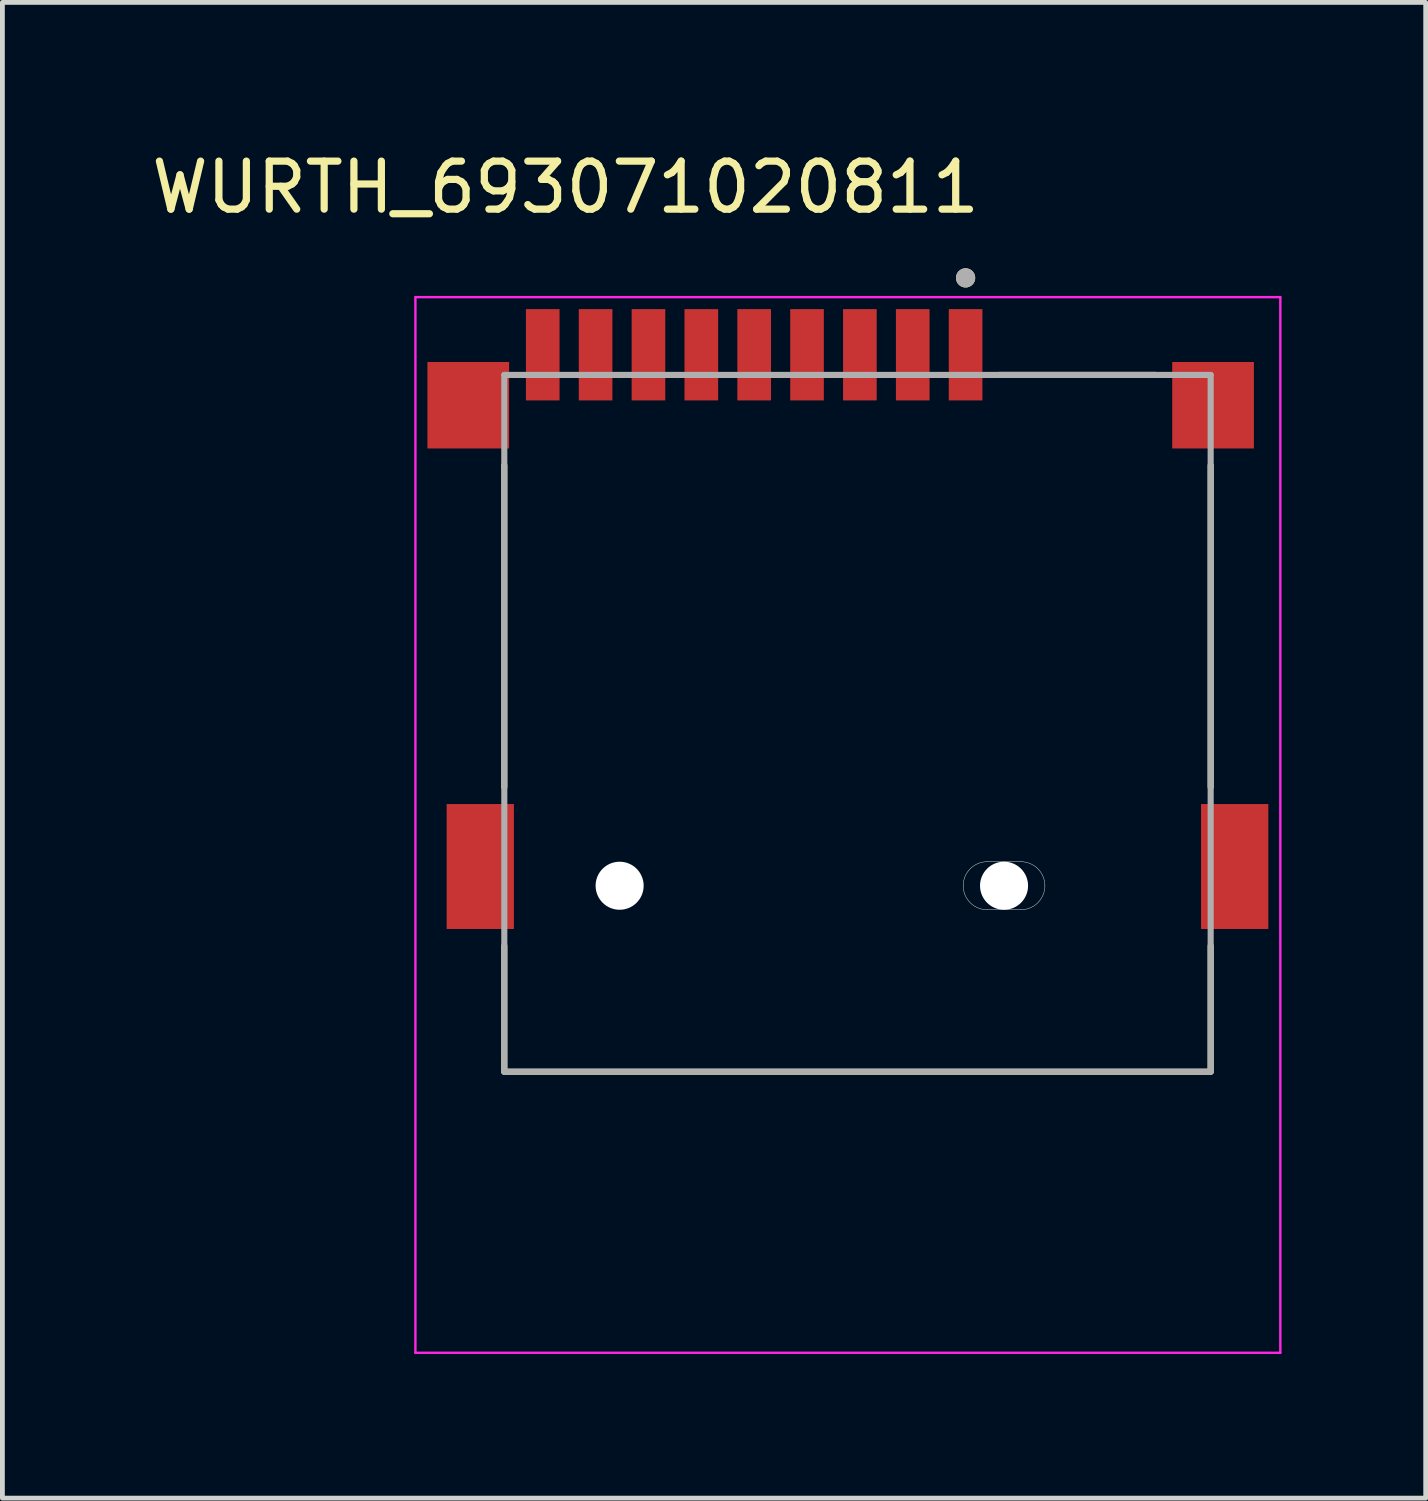
<source format=kicad_pcb>
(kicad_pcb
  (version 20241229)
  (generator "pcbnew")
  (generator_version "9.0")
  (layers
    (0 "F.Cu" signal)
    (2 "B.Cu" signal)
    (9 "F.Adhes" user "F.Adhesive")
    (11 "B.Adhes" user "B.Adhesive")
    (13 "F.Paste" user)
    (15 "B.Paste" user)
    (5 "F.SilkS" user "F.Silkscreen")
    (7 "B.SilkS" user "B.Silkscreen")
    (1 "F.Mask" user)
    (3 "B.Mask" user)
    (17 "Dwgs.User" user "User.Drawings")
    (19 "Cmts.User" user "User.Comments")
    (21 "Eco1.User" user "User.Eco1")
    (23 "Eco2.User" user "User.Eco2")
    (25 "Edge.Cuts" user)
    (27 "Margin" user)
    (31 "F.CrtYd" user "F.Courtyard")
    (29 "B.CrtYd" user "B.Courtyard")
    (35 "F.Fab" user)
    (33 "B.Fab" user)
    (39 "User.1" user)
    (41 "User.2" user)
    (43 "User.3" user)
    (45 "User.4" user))
  (footprint "WURTH_693071020811"
    (layer "F.Cu")
    (at 14.795 15.383)
    (property "Reference" "WURTH_693071020811" (at -6.075 -14.535 0) (layer "F.SilkS") (effects (font (size 1 1) (thickness 0.15))))
    (attr through_hole)
    (fp_line (start -7.35 -2.05) (end -7.35 -8.75) (stroke (width 0.127) (type solid)) (layer "F.SilkS"))
    (fp_line (start -7.35 1.25) (end -7.35 3.87) (stroke (width 0.127) (type solid)) (layer "F.SilkS"))
    (fp_line (start -7.35 3.87) (end 7.35 3.87) (stroke (width 0.127) (type solid)) (layer "F.SilkS"))
    (fp_line (start 6.2 -10.63) (end 2.95 -10.63) (stroke (width 0.127) (type solid)) (layer "F.SilkS"))
    (fp_line (start 7.35 -2.05) (end 7.35 -8.75) (stroke (width 0.127) (type solid)) (layer "F.SilkS"))
    (fp_line (start 7.35 3.87) (end 7.35 1.25) (stroke (width 0.127) (type solid)) (layer "F.SilkS"))
    (fp_circle (center 2.25 -12.65) (end 2.35 -12.65) (stroke (width 0.2) (type solid)) (fill no) (layer "F.SilkS"))
    (fp_line (start 2.7 -0.5) (end 3.4 -0.5) (stroke (width 0.01) (type solid)) (layer "Edge.Cuts"))
    (fp_line (start 3.4 0.5) (end 2.7 0.5) (stroke (width 0.01) (type solid)) (layer "Edge.Cuts"))
    (fp_arc (start 2.2 0) (mid 2.346447 -0.353553) (end 2.7 -0.5) (stroke (width 0.01) (type solid)) (layer "Edge.Cuts"))
    (fp_arc (start 2.7 0.5) (mid 2.346447 0.353553) (end 2.2 0) (stroke (width 0.01) (type solid)) (layer "Edge.Cuts"))
    (fp_arc (start 3.4 -0.5) (mid 3.753553 -0.353553) (end 3.9 0) (stroke (width 0.01) (type solid)) (layer "Edge.Cuts"))
    (fp_arc (start 3.9 0) (mid 3.753553 0.353553) (end 3.4 0.5) (stroke (width 0.01) (type solid)) (layer "Edge.Cuts"))
    (fp_line (start -9.2 -12.25) (end -9.2 9.72) (stroke (width 0.05) (type solid)) (layer "F.CrtYd"))
    (fp_line (start -9.2 9.72) (end 8.8 9.72) (stroke (width 0.05) (type solid)) (layer "F.CrtYd"))
    (fp_line (start 8.8 -12.25) (end -9.2 -12.25) (stroke (width 0.05) (type solid)) (layer "F.CrtYd"))
    (fp_line (start 8.8 9.72) (end 8.8 -12.25) (stroke (width 0.05) (type solid)) (layer "F.CrtYd"))
    (fp_line (start -7.35 -10.63) (end -7.35 3.87) (stroke (width 0.127) (type solid)) (layer "F.Fab"))
    (fp_line (start -7.35 3.87) (end 7.35 3.87) (stroke (width 0.127) (type solid)) (layer "F.Fab"))
    (fp_line (start 7.35 -10.63) (end -7.35 -10.63) (stroke (width 0.127) (type solid)) (layer "F.Fab"))
    (fp_line (start 7.35 3.87) (end 7.35 -10.63) (stroke (width 0.127) (type solid)) (layer "F.Fab"))
    (fp_circle (center 2.25 -12.65) (end 2.35 -12.65) (stroke (width 0.2) (type solid)) (fill no) (layer "F.Fab"))
    (pad "" np_thru_hole circle (at -4.95 0) (size 1 1) (drill 1) (layers "*.Cu" "*.Mask"))
    (pad "" np_thru_hole circle (at 3.05 0) (size 1 1) (drill 1) (layers "*.Cu" "*.Mask"))
    (pad "1" smd rect (at 2.25 -11.05) (size 0.7 1.9) (layers "F.Cu" "F.Mask" "F.Paste"))
    (pad "2" smd rect (at 1.15 -11.05) (size 0.7 1.9) (layers "F.Cu" "F.Mask" "F.Paste"))
    (pad "3" smd rect (at 0.05 -11.05) (size 0.7 1.9) (layers "F.Cu" "F.Mask" "F.Paste"))
    (pad "4" smd rect (at -1.05 -11.05) (size 0.7 1.9) (layers "F.Cu" "F.Mask" "F.Paste"))
    (pad "5" smd rect (at -2.15 -11.05) (size 0.7 1.9) (layers "F.Cu" "F.Mask" "F.Paste"))
    (pad "6" smd rect (at -3.25 -11.05) (size 0.7 1.9) (layers "F.Cu" "F.Mask" "F.Paste"))
    (pad "7" smd rect (at -4.35 -11.05) (size 0.7 1.9) (layers "F.Cu" "F.Mask" "F.Paste"))
    (pad "8" smd rect (at -5.45 -11.05) (size 0.7 1.9) (layers "F.Cu" "F.Mask" "F.Paste"))
    (pad "9" smd rect (at -6.55 -11.05) (size 0.7 1.9) (layers "F.Cu" "F.Mask" "F.Paste"))
    (pad "10" smd rect (at -8.1 -10) (size 1.7 1.8) (layers "F.Cu" "F.Mask" "F.Paste"))
    (pad "11" smd rect (at 7.4 -10) (size 1.7 1.8) (layers "F.Cu" "F.Mask" "F.Paste"))
    (pad "12" smd rect (at -7.85 -0.4) (size 1.4 2.6) (layers "F.Cu" "F.Mask" "F.Paste"))
    (pad "13" smd rect (at 7.85 -0.4) (size 1.4 2.6) (layers "F.Cu" "F.Mask" "F.Paste")))
  (gr_rect
    (start -3 -3)
    (end 26.62 28.128)
    (stroke (width 0.1) (type default))
    (fill no)
    (layer "Edge.Cuts")))
</source>
